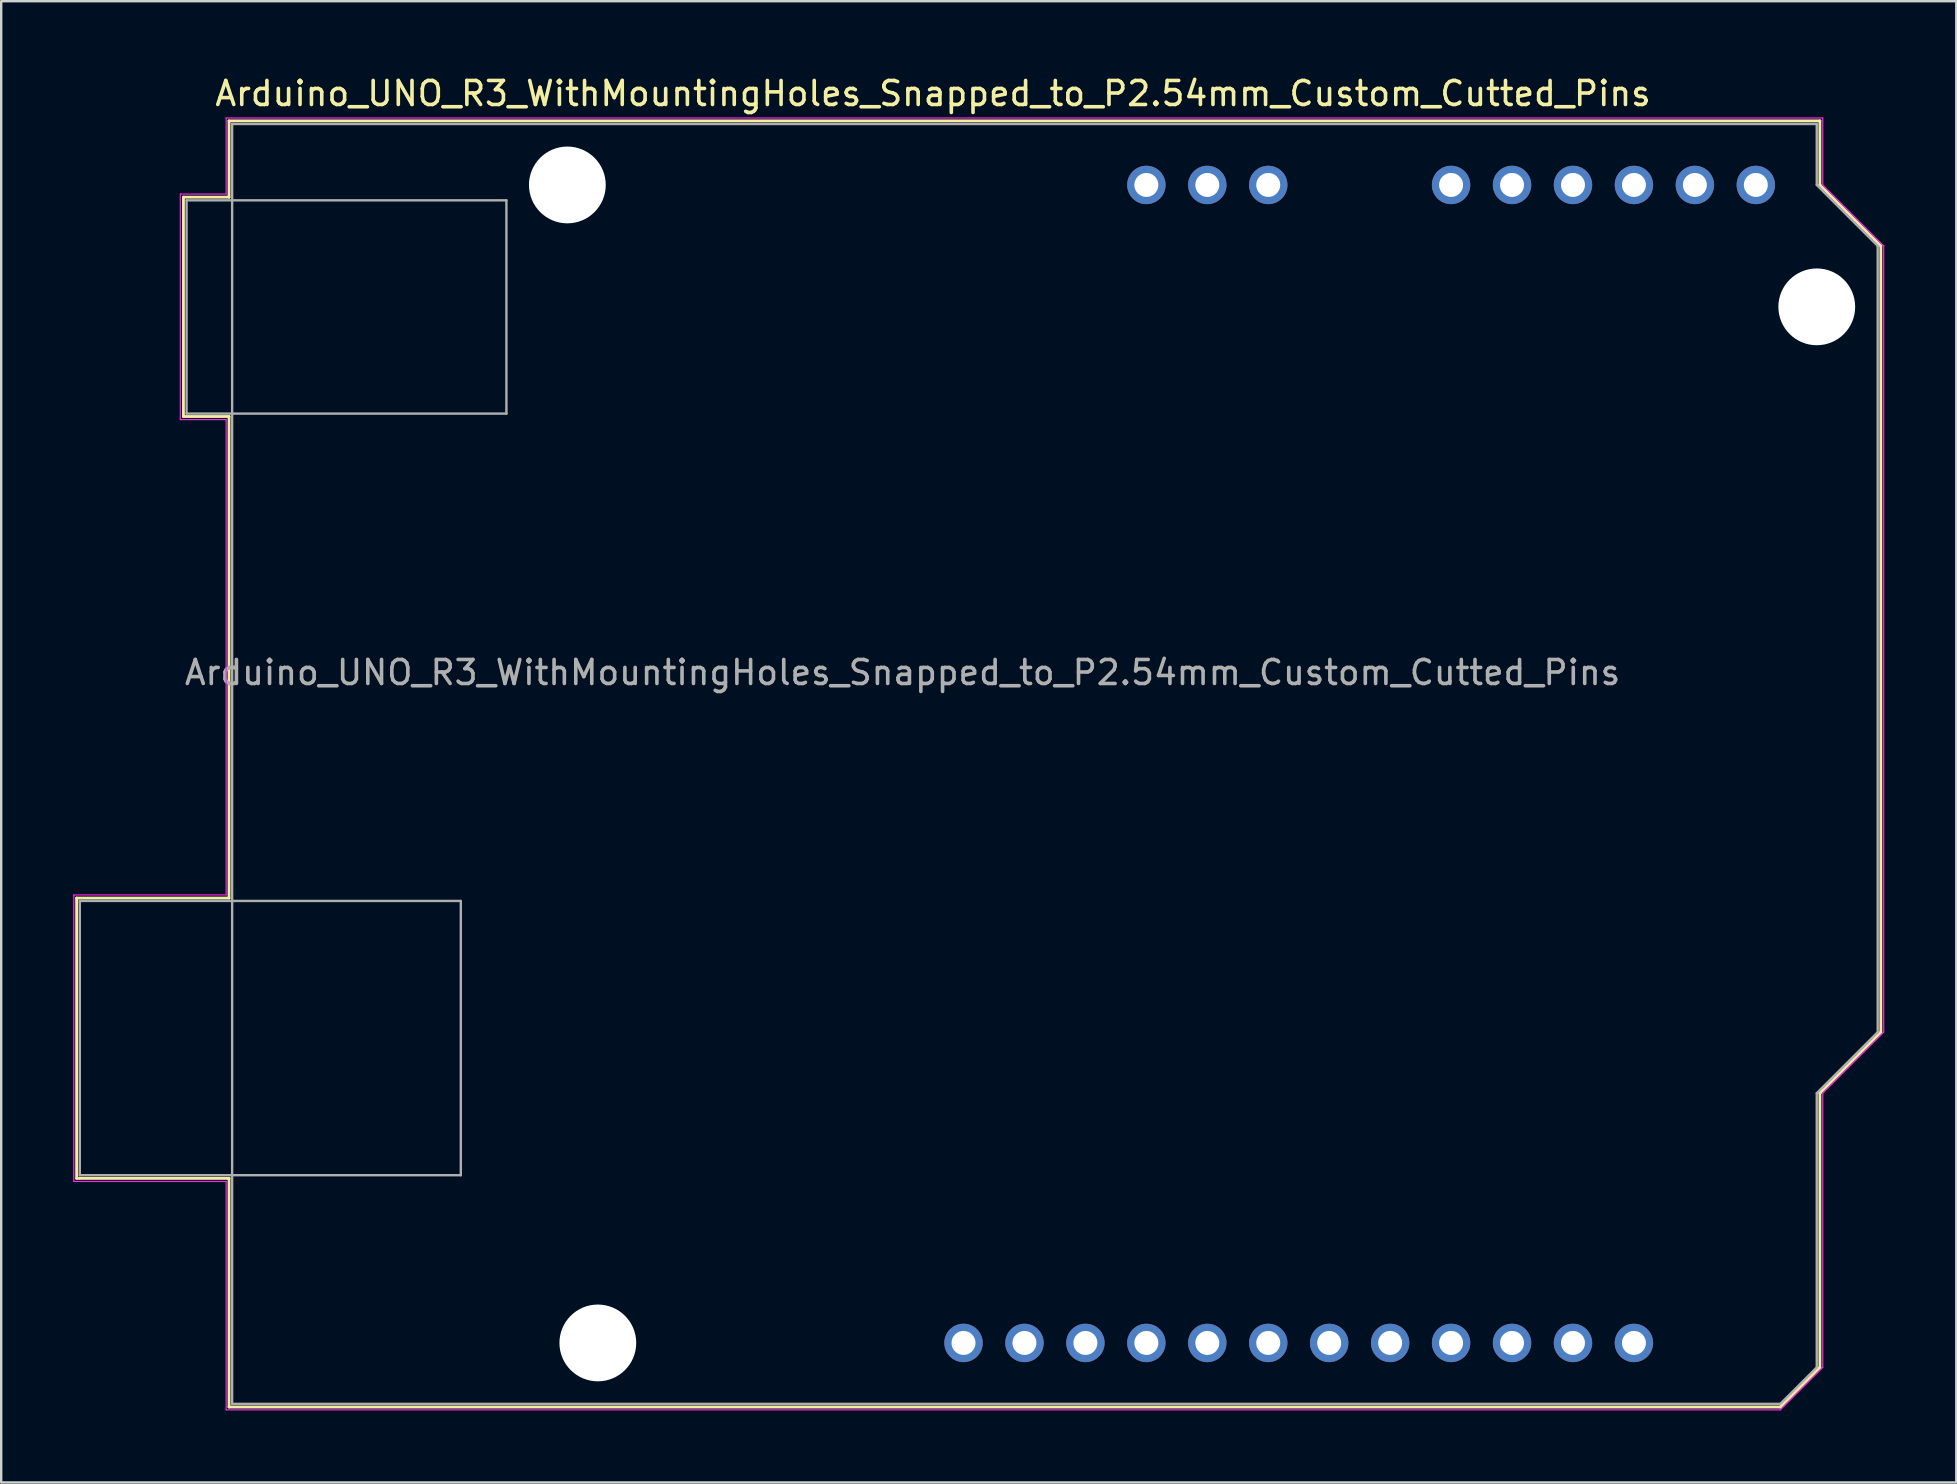
<source format=kicad_pcb>
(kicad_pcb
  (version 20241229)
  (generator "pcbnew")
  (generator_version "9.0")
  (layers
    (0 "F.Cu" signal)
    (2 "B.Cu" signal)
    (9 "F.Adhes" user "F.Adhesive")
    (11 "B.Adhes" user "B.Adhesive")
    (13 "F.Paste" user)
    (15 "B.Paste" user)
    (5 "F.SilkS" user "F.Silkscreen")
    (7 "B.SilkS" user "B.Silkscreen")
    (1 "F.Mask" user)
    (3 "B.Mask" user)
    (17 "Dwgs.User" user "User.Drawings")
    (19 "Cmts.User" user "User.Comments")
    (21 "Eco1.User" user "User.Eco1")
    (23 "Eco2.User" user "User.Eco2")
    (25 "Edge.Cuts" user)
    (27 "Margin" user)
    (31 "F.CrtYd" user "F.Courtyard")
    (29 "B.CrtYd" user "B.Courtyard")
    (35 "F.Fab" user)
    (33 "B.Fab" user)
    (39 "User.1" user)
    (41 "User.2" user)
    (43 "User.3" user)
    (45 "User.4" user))
  (footprint "Arduino_UNO_R3_WithMountingHoles_Snapped_to_P2.54mm_Custom_Cutted_Pins"
    (layer "F.Cu")
    (at 34.565 4.658)
    (property "Reference" "Arduino_UNO_R3_WithMountingHoles_Snapped_to_P2.54mm_Custom_Cutted_Pins" (at 1.27 -3.81 180) (layer "F.SilkS") (effects (font (size 1 1) (thickness 0.15))))
    (attr through_hole)
    (fp_line (start -34.42 29.72) (end -34.42 41.4) (stroke (width 0.12) (type solid)) (layer "F.SilkS"))
    (fp_line (start -34.42 41.4) (end -28.07 41.4) (stroke (width 0.12) (type solid)) (layer "F.SilkS"))
    (fp_line (start -29.97 0.51) (end -29.97 9.65) (stroke (width 0.12) (type solid)) (layer "F.SilkS"))
    (fp_line (start -29.97 9.65) (end -28.07 9.65) (stroke (width 0.12) (type solid)) (layer "F.SilkS"))
    (fp_line (start -28.07 -2.67) (end -28.07 0.51) (stroke (width 0.12) (type solid)) (layer "F.SilkS"))
    (fp_line (start -28.07 0.51) (end -29.97 0.51) (stroke (width 0.12) (type solid)) (layer "F.SilkS"))
    (fp_line (start -28.07 9.65) (end -28.07 29.72) (stroke (width 0.12) (type solid)) (layer "F.SilkS"))
    (fp_line (start -28.07 29.72) (end -34.42 29.72) (stroke (width 0.12) (type solid)) (layer "F.SilkS"))
    (fp_line (start -28.07 41.4) (end -28.07 50.93) (stroke (width 0.12) (type solid)) (layer "F.SilkS"))
    (fp_line (start -28.07 50.93) (end 36.58 50.93) (stroke (width 0.12) (type solid)) (layer "F.SilkS"))
    (fp_line (start 36.58 50.93) (end 38.23 49.28) (stroke (width 0.12) (type solid)) (layer "F.SilkS"))
    (fp_line (start 38.23 -2.67) (end -28.07 -2.67) (stroke (width 0.12) (type solid)) (layer "F.SilkS"))
    (fp_line (start 38.23 0) (end 38.23 -2.67) (stroke (width 0.12) (type solid)) (layer "F.SilkS"))
    (fp_line (start 38.23 37.85) (end 40.77 35.31) (stroke (width 0.12) (type solid)) (layer "F.SilkS"))
    (fp_line (start 38.23 49.28) (end 38.23 37.85) (stroke (width 0.12) (type solid)) (layer "F.SilkS"))
    (fp_line (start 40.77 2.54) (end 38.23 0) (stroke (width 0.12) (type solid)) (layer "F.SilkS"))
    (fp_line (start 40.77 35.31) (end 40.77 2.54) (stroke (width 0.12) (type solid)) (layer "F.SilkS"))
    (fp_line (start -34.54 29.59) (end -28.19 29.59) (stroke (width 0.05) (type solid)) (layer "F.CrtYd"))
    (fp_line (start -34.54 41.53) (end -34.54 29.59) (stroke (width 0.05) (type solid)) (layer "F.CrtYd"))
    (fp_line (start -30.1 0.38) (end -28.19 0.38) (stroke (width 0.05) (type solid)) (layer "F.CrtYd"))
    (fp_line (start -30.1 9.78) (end -30.1 0.38) (stroke (width 0.05) (type solid)) (layer "F.CrtYd"))
    (fp_line (start -28.19 -2.79) (end 38.35 -2.79) (stroke (width 0.05) (type solid)) (layer "F.CrtYd"))
    (fp_line (start -28.19 0.38) (end -28.19 -2.79) (stroke (width 0.05) (type solid)) (layer "F.CrtYd"))
    (fp_line (start -28.19 9.78) (end -30.1 9.78) (stroke (width 0.05) (type solid)) (layer "F.CrtYd"))
    (fp_line (start -28.19 29.59) (end -28.19 9.78) (stroke (width 0.05) (type solid)) (layer "F.CrtYd"))
    (fp_line (start -28.19 41.53) (end -34.54 41.53) (stroke (width 0.05) (type solid)) (layer "F.CrtYd"))
    (fp_line (start -28.19 51.05) (end -28.19 41.53) (stroke (width 0.05) (type solid)) (layer "F.CrtYd"))
    (fp_line (start 36.58 51.05) (end -28.19 51.05) (stroke (width 0.05) (type solid)) (layer "F.CrtYd"))
    (fp_line (start 38.35 -2.79) (end 38.35 0) (stroke (width 0.05) (type solid)) (layer "F.CrtYd"))
    (fp_line (start 38.35 0) (end 40.89 2.54) (stroke (width 0.05) (type solid)) (layer "F.CrtYd"))
    (fp_line (start 38.35 37.85) (end 38.35 49.28) (stroke (width 0.05) (type solid)) (layer "F.CrtYd"))
    (fp_line (start 38.35 49.28) (end 36.58 51.05) (stroke (width 0.05) (type solid)) (layer "F.CrtYd"))
    (fp_line (start 40.89 2.54) (end 40.89 35.31) (stroke (width 0.05) (type solid)) (layer "F.CrtYd"))
    (fp_line (start 40.89 35.31) (end 38.35 37.85) (stroke (width 0.05) (type solid)) (layer "F.CrtYd"))
    (fp_line (start -34.29 29.84) (end -18.41 29.84) (stroke (width 0.1) (type solid)) (layer "F.Fab"))
    (fp_line (start -34.29 41.27) (end -34.29 29.84) (stroke (width 0.1) (type solid)) (layer "F.Fab"))
    (fp_line (start -29.84 0.64) (end -16.51 0.64) (stroke (width 0.1) (type solid)) (layer "F.Fab"))
    (fp_line (start -29.84 9.53) (end -29.84 0.64) (stroke (width 0.1) (type solid)) (layer "F.Fab"))
    (fp_line (start -27.94 -2.54) (end 38.1 -2.54) (stroke (width 0.1) (type solid)) (layer "F.Fab"))
    (fp_line (start -27.94 50.8) (end -27.94 -2.54) (stroke (width 0.1) (type solid)) (layer "F.Fab"))
    (fp_line (start -18.41 29.84) (end -18.41 41.27) (stroke (width 0.1) (type solid)) (layer "F.Fab"))
    (fp_line (start -18.41 41.27) (end -34.29 41.27) (stroke (width 0.1) (type solid)) (layer "F.Fab"))
    (fp_line (start -16.51 0.64) (end -16.51 9.53) (stroke (width 0.1) (type solid)) (layer "F.Fab"))
    (fp_line (start -16.51 9.53) (end -29.84 9.53) (stroke (width 0.1) (type solid)) (layer "F.Fab"))
    (fp_line (start 36.58 50.8) (end -27.94 50.8) (stroke (width 0.1) (type solid)) (layer "F.Fab"))
    (fp_line (start 38.1 -2.54) (end 38.1 0) (stroke (width 0.1) (type solid)) (layer "F.Fab"))
    (fp_line (start 38.1 0) (end 40.64 2.54) (stroke (width 0.1) (type solid)) (layer "F.Fab"))
    (fp_line (start 38.1 37.85) (end 38.1 49.28) (stroke (width 0.1) (type solid)) (layer "F.Fab"))
    (fp_line (start 38.1 49.28) (end 36.58 50.8) (stroke (width 0.1) (type solid)) (layer "F.Fab"))
    (fp_line (start 40.64 2.54) (end 40.64 35.31) (stroke (width 0.1) (type solid)) (layer "F.Fab"))
    (fp_line (start 40.64 35.31) (end 38.1 37.85) (stroke (width 0.1) (type solid)) (layer "F.Fab"))
    (fp_text user "${REFERENCE}" (at 0 20.32 180) (layer "F.Fab") (effects (font (size 1 1) (thickness 0.15))))
    (pad "" np_thru_hole circle (at -13.97 0 90) (size 3.2 3.2) (drill 3.2) (layers "*.Cu" "*.Mask"))
    (pad "" np_thru_hole circle (at -12.7 48.26 90) (size 3.2 3.2) (drill 3.2) (layers "*.Cu" "*.Mask"))
    (pad "" np_thru_hole circle (at 38.1 5.08 90) (size 3.2 3.2) (drill 3.2) (layers "*.Cu" "*.Mask"))
    (pad "5" thru_hole oval (at 10.16 0 90) (size 1.6 1.6) (drill 1) (layers "*.Cu" "*.Mask"))
    (pad "6" thru_hole oval (at 12.7 0 90) (size 1.6 1.6) (drill 1) (layers "*.Cu" "*.Mask"))
    (pad "7" thru_hole oval (at 15.24 0 90) (size 1.6 1.6) (drill 1) (layers "*.Cu" "*.Mask"))
    (pad "9" thru_hole oval (at 22.86 0 90) (size 1.6 1.6) (drill 1) (layers "*.Cu" "*.Mask"))
    (pad "10" thru_hole oval (at 25.4 0 90) (size 1.6 1.6) (drill 1) (layers "*.Cu" "*.Mask"))
    (pad "11" thru_hole oval (at 27.94 0 90) (size 1.6 1.6) (drill 1) (layers "*.Cu" "*.Mask"))
    (pad "12" thru_hole oval (at 30.48 0 90) (size 1.6 1.6) (drill 1) (layers "*.Cu" "*.Mask"))
    (pad "13" thru_hole oval (at 33.02 0 90) (size 1.6 1.6) (drill 1) (layers "*.Cu" "*.Mask"))
    (pad "14" thru_hole oval (at 35.56 0 90) (size 1.6 1.6) (drill 1) (layers "*.Cu" "*.Mask"))
    (pad "17" thru_hole oval (at 30.48 48.26 90) (size 1.6 1.6) (drill 1) (layers "*.Cu" "*.Mask"))
    (pad "18" thru_hole oval (at 27.94 48.26 90) (size 1.6 1.6) (drill 1) (layers "*.Cu" "*.Mask"))
    (pad "19" thru_hole oval (at 25.4 48.26 90) (size 1.6 1.6) (drill 1) (layers "*.Cu" "*.Mask"))
    (pad "20" thru_hole oval (at 22.86 48.26 90) (size 1.6 1.6) (drill 1) (layers "*.Cu" "*.Mask"))
    (pad "21" thru_hole oval (at 20.32 48.26 90) (size 1.6 1.6) (drill 1) (layers "*.Cu" "*.Mask"))
    (pad "22" thru_hole oval (at 17.78 48.26 90) (size 1.6 1.6) (drill 1) (layers "*.Cu" "*.Mask"))
    (pad "23" thru_hole oval (at 15.24 48.26 90) (size 1.6 1.6) (drill 1) (layers "*.Cu" "*.Mask"))
    (pad "24" thru_hole oval (at 12.7 48.26 90) (size 1.6 1.6) (drill 1) (layers "*.Cu" "*.Mask"))
    (pad "25" thru_hole oval (at 10.16 48.26 90) (size 1.6 1.6) (drill 1) (layers "*.Cu" "*.Mask"))
    (pad "26" thru_hole oval (at 7.62 48.26 90) (size 1.6 1.6) (drill 1) (layers "*.Cu" "*.Mask"))
    (pad "27" thru_hole oval (at 5.08 48.26 90) (size 1.6 1.6) (drill 1) (layers "*.Cu" "*.Mask"))
    (pad "28" thru_hole oval (at 2.54 48.26 90) (size 1.6 1.6) (drill 1) (layers "*.Cu" "*.Mask")))
  (gr_rect
    (start -3 -3)
    (end 78.48 58.733)
    (stroke (width 0.1) (type default))
    (fill no)
    (layer "Edge.Cuts")))
</source>
